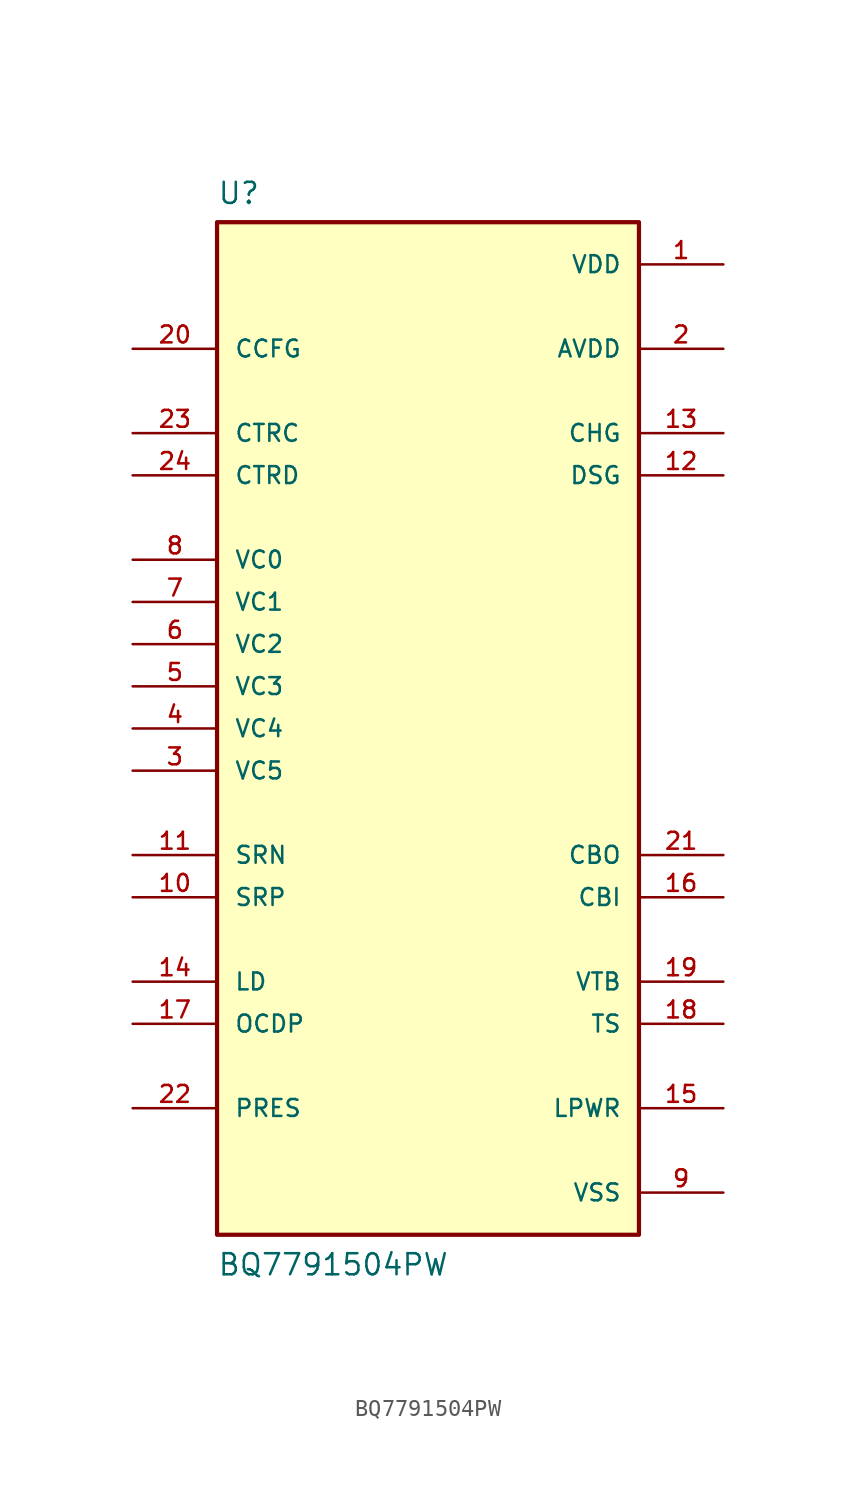
<source format=kicad_sym>
(kicad_symbol_lib
  (version 20211014)
  (generator kicad_symbol_editor)
  (symbol "BQ7791504PW"
    (pin_names
      (offset 1.016))
    (property "Reference" "U"
      (at -12.7 31.48 0.0)
      (effects (font (size 1.27 1.27)) (justify bottom left)))
    (property "Value" "BQ7791504PW"
      (at -12.7 -33.02 0.0)
      (effects (font (size 1.27 1.27)) (justify bottom left)))
    (symbol "BQ7791504PW_0_0"
      (rectangle (start -12.7 -30.48) (end 12.7 30.48) (stroke (width 0.254)) (fill (type background)))
      (pin output line (at 17.78 22.86 180.0) (length 5.08) (name "AVDD" (effects (font (size 1.016 1.016)))) (number "2" (effects (font (size 1.016 1.016)))))
      (pin input line (at 17.78 -10.16 180.0) (length 5.08) (name "CBI" (effects (font (size 1.016 1.016)))) (number "16" (effects (font (size 1.016 1.016)))))
      (pin input line (at -17.78 22.86 0) (length 5.08) (name "CCFG" (effects (font (size 1.016 1.016)))) (number "20" (effects (font (size 1.016 1.016)))))
      (pin input line (at -17.78 17.78 0) (length 5.08) (name "CTRC" (effects (font (size 1.016 1.016)))) (number "23" (effects (font (size 1.016 1.016)))))
      (pin input line (at -17.78 15.24 0) (length 5.08) (name "CTRD" (effects (font (size 1.016 1.016)))) (number "24" (effects (font (size 1.016 1.016)))))
      (pin input line (at -17.78 -15.24 0) (length 5.08) (name "LD" (effects (font (size 1.016 1.016)))) (number "14" (effects (font (size 1.016 1.016)))))
      (pin input line (at -17.78 -17.78 0) (length 5.08) (name "OCDP" (effects (font (size 1.016 1.016)))) (number "17" (effects (font (size 1.016 1.016)))))
      (pin input line (at -17.78 -22.86 0) (length 5.08) (name "PRES" (effects (font (size 1.016 1.016)))) (number "22" (effects (font (size 1.016 1.016)))))
      (pin input line (at -17.78 -7.62 0) (length 5.08) (name "SRN" (effects (font (size 1.016 1.016)))) (number "11" (effects (font (size 1.016 1.016)))))
      (pin input line (at -17.78 -10.16 0) (length 5.08) (name "SRP" (effects (font (size 1.016 1.016)))) (number "10" (effects (font (size 1.016 1.016)))))
      (pin input line (at 17.78 -17.78 180.0) (length 5.08) (name "TS" (effects (font (size 1.016 1.016)))) (number "18" (effects (font (size 1.016 1.016)))))
      (pin input line (at -17.78 10.16 0) (length 5.08) (name "VC0" (effects (font (size 1.016 1.016)))) (number "8" (effects (font (size 1.016 1.016)))))
      (pin input line (at -17.78 7.62 0) (length 5.08) (name "VC1" (effects (font (size 1.016 1.016)))) (number "7" (effects (font (size 1.016 1.016)))))
      (pin input line (at -17.78 5.08 0) (length 5.08) (name "VC2" (effects (font (size 1.016 1.016)))) (number "6" (effects (font (size 1.016 1.016)))))
      (pin input line (at -17.78 2.54 0) (length 5.08) (name "VC3" (effects (font (size 1.016 1.016)))) (number "5" (effects (font (size 1.016 1.016)))))
      (pin input line (at -17.78 0.0 0) (length 5.08) (name "VC4" (effects (font (size 1.016 1.016)))) (number "4" (effects (font (size 1.016 1.016)))))
      (pin input line (at -17.78 -2.54 0) (length 5.08) (name "VC5" (effects (font (size 1.016 1.016)))) (number "3" (effects (font (size 1.016 1.016)))))
      (pin power_in line (at 17.78 27.94 180.0) (length 5.08) (name "VDD" (effects (font (size 1.016 1.016)))) (number "1" (effects (font (size 1.016 1.016)))))
      (pin output line (at 17.78 -7.62 180.0) (length 5.08) (name "CBO" (effects (font (size 1.016 1.016)))) (number "21" (effects (font (size 1.016 1.016)))))
      (pin output line (at 17.78 17.78 180.0) (length 5.08) (name "CHG" (effects (font (size 1.016 1.016)))) (number "13" (effects (font (size 1.016 1.016)))))
      (pin output line (at 17.78 15.24 180.0) (length 5.08) (name "DSG" (effects (font (size 1.016 1.016)))) (number "12" (effects (font (size 1.016 1.016)))))
      (pin output line (at 17.78 -22.86 180.0) (length 5.08) (name "LPWR" (effects (font (size 1.016 1.016)))) (number "15" (effects (font (size 1.016 1.016)))))
      (pin output line (at 17.78 -15.24 180.0) (length 5.08) (name "VTB" (effects (font (size 1.016 1.016)))) (number "19" (effects (font (size 1.016 1.016)))))
      (pin power_in line (at 17.78 -27.94 180.0) (length 5.08) (name "VSS" (effects (font (size 1.016 1.016)))) (number "9" (effects (font (size 1.016 1.016))))))))
</source>
